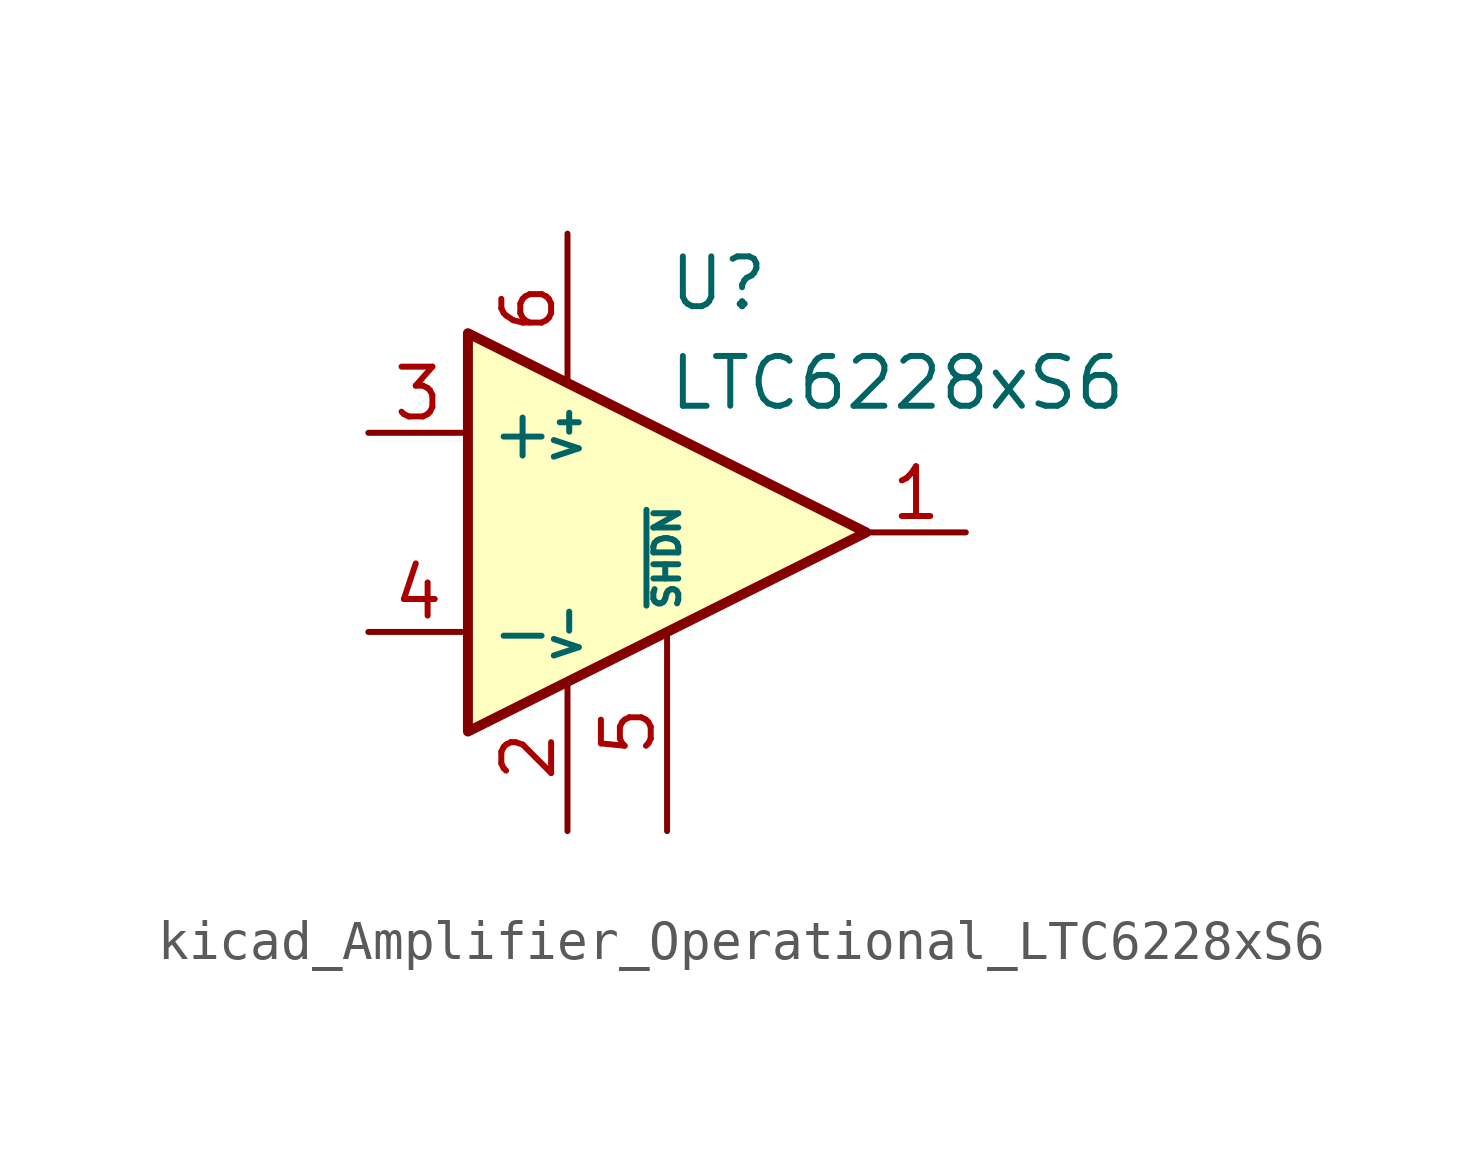
<source format=kicad_sym>
(kicad_symbol_lib
  (version 20220914)
  (generator kicad_symbol_editor)
  (symbol "kicad_Amplifier_Operational_LTC6228xS6"
    (property "Reference" "U"
      (at 0 6.35 0)
      (effects (font (size 1.27 1.27)) (justify left)))
    (property "Value" "LTC6228xS6"
      (at 0 3.81 0)
      (effects (font (size 1.27 1.27)) (justify left)))
    (symbol "kicad_Amplifier_Operational_LTC6228xS6_0_1"
      (polyline (pts (xy 5.08 0) (xy -5.08 5.08) (xy -5.08 -5.08) (xy 5.08 0)) (stroke (width 0.254) (type default)) (fill (type background))))
    (symbol "kicad_Amplifier_Operational_LTC6228xS6_1_1"
      (pin output line (at 7.62 0 180) (length 2.54) (name "~" (effects (font (size 1.27 1.27)))) (number "1" (effects (font (size 1.27 1.27)))))
      (pin power_in line (at -2.54 -7.62 90) (length 3.81) (name "V-" (effects (font (size 0.635 0.635)))) (number "2" (effects (font (size 1.27 1.27)))))
      (pin input line (at -7.62 2.54 0) (length 2.54) (name "+" (effects (font (size 1.27 1.27)))) (number "3" (effects (font (size 1.27 1.27)))))
      (pin input line (at -7.62 -2.54 0) (length 2.54) (name "-" (effects (font (size 1.27 1.27)))) (number "4" (effects (font (size 1.27 1.27)))))
      (pin input line (at 0 -7.62 90) (length 5.08) (name "~{SHDN}" (effects (font (size 0.635 0.635)))) (number "5" (effects (font (size 1.27 1.27)))))
      (pin power_in line (at -2.54 7.62 270) (length 3.81) (name "V+" (effects (font (size 0.635 0.635)))) (number "6" (effects (font (size 1.27 1.27))))))))
</source>
